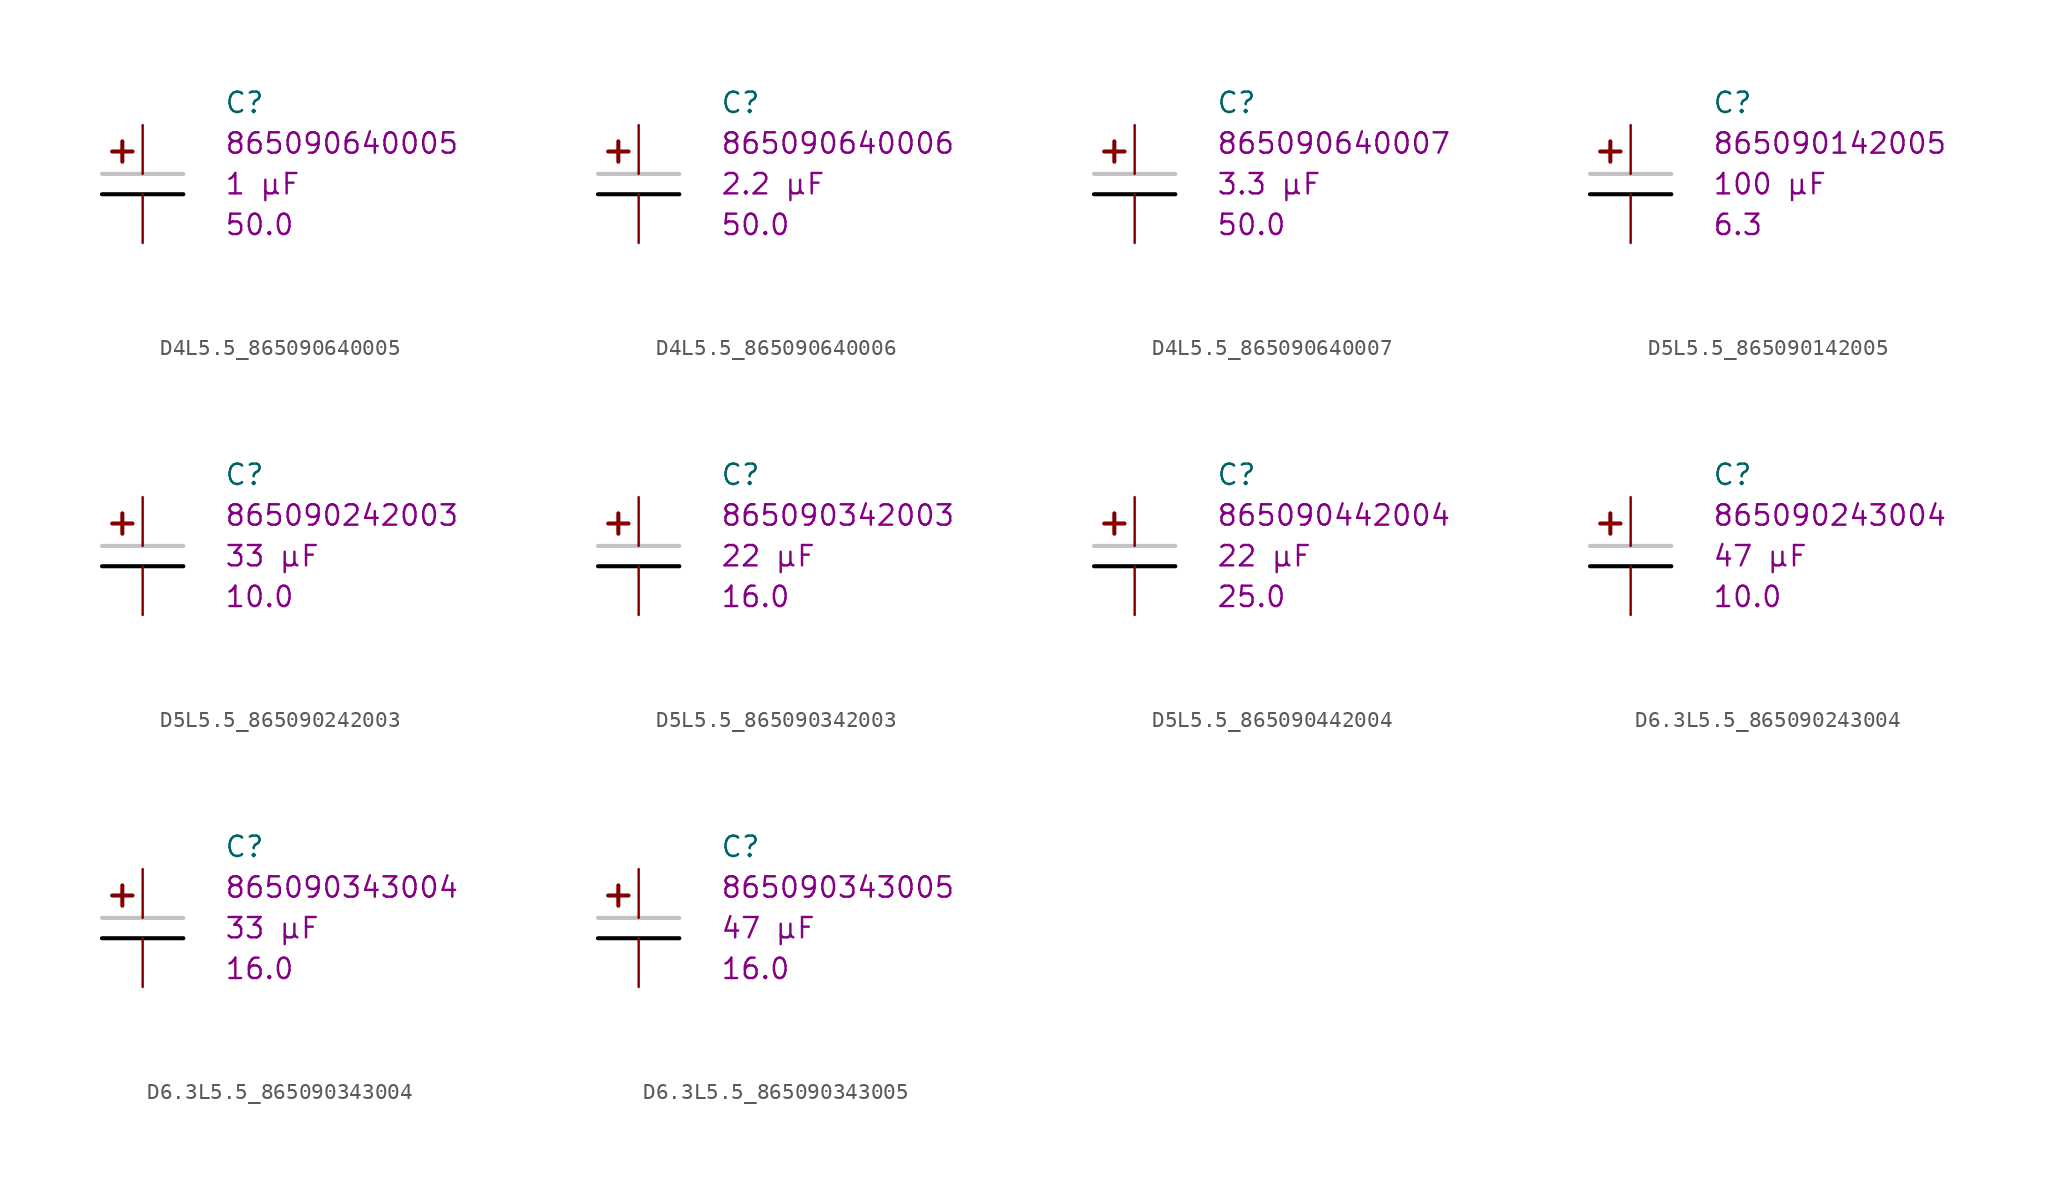
<source format=kicad_sym>
(kicad_symbol_lib
  (version 20220914)
  (generator kicad_symbol_editor)
  (symbol "D4L5.5_865090640005"
    (pin_numbers hide)
    (pin_names hide)
    (property "Reference" "C"
      (at 5.08 5.08 0)
      (effects (font (size 1.27 1.27)) (justify left)))
    (property "Part Number" "865090640005"
      (at 5.08 2.54 0)
      (effects (font (size 1.27 1.27)) (justify left)))
    (property "Capacitance" "1 µF"
      (at 5.08 0 0)
      (effects (font (size 1.27 1.27)) (justify left)))
    (property "Voltage" "50.0"
      (at 5.08 -2.54 0)
      (effects (font (size 1.27 1.27)) (justify left)))
    (property "Critical Parameter" ""
      (at 0 -7.62 0)
      (effects (font (size 1.27 1.27))))
    (symbol "D4L5.5_865090640005_1_1"
      (polyline (pts (xy -1.27 2.667) (xy -1.27 1.397)) (stroke (width 0.254) (type default)) (fill (type none)))
      (polyline (pts (xy -0.635 2.032) (xy -1.905 2.032)) (stroke (width 0.254) (type default)) (fill (type none)))
      (polyline (pts (xy 2.54 -0.635) (xy -2.54 -0.635)) (stroke (width 0.254) (type default) (color 0 0 0 1)) (fill (type none)))
      (polyline (pts (xy 2.54 0.635) (xy -2.54 0.635)) (stroke (width 0.254) (type default) (color 194 194 194 1)) (fill (type none)))
      (pin passive line (at 0 3.679 270) (length 3.044) (name "1" (effects (font (size 1.27 1.27)))) (number "1" (effects (font (size 1.27 1.27)))))
      (pin passive line (at 0 -3.679 90) (length 3.044) (name "2" (effects (font (size 1.27 1.27)))) (number "2" (effects (font (size 1.27 1.27)))))))
  (symbol "D4L5.5_865090640006"
    (pin_numbers hide)
    (pin_names hide)
    (property "Reference" "C"
      (at 5.08 5.08 0)
      (effects (font (size 1.27 1.27)) (justify left)))
    (property "Part Number" "865090640006"
      (at 5.08 2.54 0)
      (effects (font (size 1.27 1.27)) (justify left)))
    (property "Capacitance" "2.2 µF"
      (at 5.08 0 0)
      (effects (font (size 1.27 1.27)) (justify left)))
    (property "Voltage" "50.0"
      (at 5.08 -2.54 0)
      (effects (font (size 1.27 1.27)) (justify left)))
    (property "Critical Parameter" ""
      (at 0 -7.62 0)
      (effects (font (size 1.27 1.27))))
    (symbol "D4L5.5_865090640006_1_1"
      (polyline (pts (xy -1.27 2.667) (xy -1.27 1.397)) (stroke (width 0.254) (type default)) (fill (type none)))
      (polyline (pts (xy -0.635 2.032) (xy -1.905 2.032)) (stroke (width 0.254) (type default)) (fill (type none)))
      (polyline (pts (xy 2.54 -0.635) (xy -2.54 -0.635)) (stroke (width 0.254) (type default) (color 0 0 0 1)) (fill (type none)))
      (polyline (pts (xy 2.54 0.635) (xy -2.54 0.635)) (stroke (width 0.254) (type default) (color 194 194 194 1)) (fill (type none)))
      (pin passive line (at 0 3.679 270) (length 3.044) (name "1" (effects (font (size 1.27 1.27)))) (number "1" (effects (font (size 1.27 1.27)))))
      (pin passive line (at 0 -3.679 90) (length 3.044) (name "2" (effects (font (size 1.27 1.27)))) (number "2" (effects (font (size 1.27 1.27)))))))
  (symbol "D4L5.5_865090640007"
    (pin_numbers hide)
    (pin_names hide)
    (property "Reference" "C"
      (at 5.08 5.08 0)
      (effects (font (size 1.27 1.27)) (justify left)))
    (property "Part Number" "865090640007"
      (at 5.08 2.54 0)
      (effects (font (size 1.27 1.27)) (justify left)))
    (property "Capacitance" "3.3 µF"
      (at 5.08 0 0)
      (effects (font (size 1.27 1.27)) (justify left)))
    (property "Voltage" "50.0"
      (at 5.08 -2.54 0)
      (effects (font (size 1.27 1.27)) (justify left)))
    (property "Critical Parameter" ""
      (at 0 -7.62 0)
      (effects (font (size 1.27 1.27))))
    (symbol "D4L5.5_865090640007_1_1"
      (polyline (pts (xy -1.27 2.667) (xy -1.27 1.397)) (stroke (width 0.254) (type default)) (fill (type none)))
      (polyline (pts (xy -0.635 2.032) (xy -1.905 2.032)) (stroke (width 0.254) (type default)) (fill (type none)))
      (polyline (pts (xy 2.54 -0.635) (xy -2.54 -0.635)) (stroke (width 0.254) (type default) (color 0 0 0 1)) (fill (type none)))
      (polyline (pts (xy 2.54 0.635) (xy -2.54 0.635)) (stroke (width 0.254) (type default) (color 194 194 194 1)) (fill (type none)))
      (pin passive line (at 0 3.679 270) (length 3.044) (name "1" (effects (font (size 1.27 1.27)))) (number "1" (effects (font (size 1.27 1.27)))))
      (pin passive line (at 0 -3.679 90) (length 3.044) (name "2" (effects (font (size 1.27 1.27)))) (number "2" (effects (font (size 1.27 1.27)))))))
  (symbol "D5L5.5_865090142005"
    (pin_numbers hide)
    (pin_names hide)
    (property "Reference" "C"
      (at 5.08 5.08 0)
      (effects (font (size 1.27 1.27)) (justify left)))
    (property "Part Number" "865090142005"
      (at 5.08 2.54 0)
      (effects (font (size 1.27 1.27)) (justify left)))
    (property "Capacitance" "100 µF"
      (at 5.08 0 0)
      (effects (font (size 1.27 1.27)) (justify left)))
    (property "Voltage" "6.3"
      (at 5.08 -2.54 0)
      (effects (font (size 1.27 1.27)) (justify left)))
    (property "Critical Parameter" ""
      (at 0 -7.62 0)
      (effects (font (size 1.27 1.27))))
    (symbol "D5L5.5_865090142005_1_1"
      (polyline (pts (xy -1.27 2.667) (xy -1.27 1.397)) (stroke (width 0.254) (type default)) (fill (type none)))
      (polyline (pts (xy -0.635 2.032) (xy -1.905 2.032)) (stroke (width 0.254) (type default)) (fill (type none)))
      (polyline (pts (xy 2.54 -0.635) (xy -2.54 -0.635)) (stroke (width 0.254) (type default) (color 0 0 0 1)) (fill (type none)))
      (polyline (pts (xy 2.54 0.635) (xy -2.54 0.635)) (stroke (width 0.254) (type default) (color 194 194 194 1)) (fill (type none)))
      (pin passive line (at 0 3.679 270) (length 3.044) (name "1" (effects (font (size 1.27 1.27)))) (number "1" (effects (font (size 1.27 1.27)))))
      (pin passive line (at 0 -3.679 90) (length 3.044) (name "2" (effects (font (size 1.27 1.27)))) (number "2" (effects (font (size 1.27 1.27)))))))
  (symbol "D5L5.5_865090242003"
    (pin_numbers hide)
    (pin_names hide)
    (property "Reference" "C"
      (at 5.08 5.08 0)
      (effects (font (size 1.27 1.27)) (justify left)))
    (property "Part Number" "865090242003"
      (at 5.08 2.54 0)
      (effects (font (size 1.27 1.27)) (justify left)))
    (property "Capacitance" "33 µF"
      (at 5.08 0 0)
      (effects (font (size 1.27 1.27)) (justify left)))
    (property "Voltage" "10.0"
      (at 5.08 -2.54 0)
      (effects (font (size 1.27 1.27)) (justify left)))
    (property "Critical Parameter" ""
      (at 0 -7.62 0)
      (effects (font (size 1.27 1.27))))
    (symbol "D5L5.5_865090242003_1_1"
      (polyline (pts (xy -1.27 2.667) (xy -1.27 1.397)) (stroke (width 0.254) (type default)) (fill (type none)))
      (polyline (pts (xy -0.635 2.032) (xy -1.905 2.032)) (stroke (width 0.254) (type default)) (fill (type none)))
      (polyline (pts (xy 2.54 -0.635) (xy -2.54 -0.635)) (stroke (width 0.254) (type default) (color 0 0 0 1)) (fill (type none)))
      (polyline (pts (xy 2.54 0.635) (xy -2.54 0.635)) (stroke (width 0.254) (type default) (color 194 194 194 1)) (fill (type none)))
      (pin passive line (at 0 3.679 270) (length 3.044) (name "1" (effects (font (size 1.27 1.27)))) (number "1" (effects (font (size 1.27 1.27)))))
      (pin passive line (at 0 -3.679 90) (length 3.044) (name "2" (effects (font (size 1.27 1.27)))) (number "2" (effects (font (size 1.27 1.27)))))))
  (symbol "D5L5.5_865090342003"
    (pin_numbers hide)
    (pin_names hide)
    (property "Reference" "C"
      (at 5.08 5.08 0)
      (effects (font (size 1.27 1.27)) (justify left)))
    (property "Part Number" "865090342003"
      (at 5.08 2.54 0)
      (effects (font (size 1.27 1.27)) (justify left)))
    (property "Capacitance" "22 µF"
      (at 5.08 0 0)
      (effects (font (size 1.27 1.27)) (justify left)))
    (property "Voltage" "16.0"
      (at 5.08 -2.54 0)
      (effects (font (size 1.27 1.27)) (justify left)))
    (property "Critical Parameter" ""
      (at 0 -7.62 0)
      (effects (font (size 1.27 1.27))))
    (symbol "D5L5.5_865090342003_1_1"
      (polyline (pts (xy -1.27 2.667) (xy -1.27 1.397)) (stroke (width 0.254) (type default)) (fill (type none)))
      (polyline (pts (xy -0.635 2.032) (xy -1.905 2.032)) (stroke (width 0.254) (type default)) (fill (type none)))
      (polyline (pts (xy 2.54 -0.635) (xy -2.54 -0.635)) (stroke (width 0.254) (type default) (color 0 0 0 1)) (fill (type none)))
      (polyline (pts (xy 2.54 0.635) (xy -2.54 0.635)) (stroke (width 0.254) (type default) (color 194 194 194 1)) (fill (type none)))
      (pin passive line (at 0 3.679 270) (length 3.044) (name "1" (effects (font (size 1.27 1.27)))) (number "1" (effects (font (size 1.27 1.27)))))
      (pin passive line (at 0 -3.679 90) (length 3.044) (name "2" (effects (font (size 1.27 1.27)))) (number "2" (effects (font (size 1.27 1.27)))))))
  (symbol "D5L5.5_865090442004"
    (pin_numbers hide)
    (pin_names hide)
    (property "Reference" "C"
      (at 5.08 5.08 0)
      (effects (font (size 1.27 1.27)) (justify left)))
    (property "Part Number" "865090442004"
      (at 5.08 2.54 0)
      (effects (font (size 1.27 1.27)) (justify left)))
    (property "Capacitance" "22 µF"
      (at 5.08 0 0)
      (effects (font (size 1.27 1.27)) (justify left)))
    (property "Voltage" "25.0"
      (at 5.08 -2.54 0)
      (effects (font (size 1.27 1.27)) (justify left)))
    (property "Critical Parameter" ""
      (at 0 -7.62 0)
      (effects (font (size 1.27 1.27))))
    (symbol "D5L5.5_865090442004_1_1"
      (polyline (pts (xy -1.27 2.667) (xy -1.27 1.397)) (stroke (width 0.254) (type default)) (fill (type none)))
      (polyline (pts (xy -0.635 2.032) (xy -1.905 2.032)) (stroke (width 0.254) (type default)) (fill (type none)))
      (polyline (pts (xy 2.54 -0.635) (xy -2.54 -0.635)) (stroke (width 0.254) (type default) (color 0 0 0 1)) (fill (type none)))
      (polyline (pts (xy 2.54 0.635) (xy -2.54 0.635)) (stroke (width 0.254) (type default) (color 194 194 194 1)) (fill (type none)))
      (pin passive line (at 0 3.679 270) (length 3.044) (name "1" (effects (font (size 1.27 1.27)))) (number "1" (effects (font (size 1.27 1.27)))))
      (pin passive line (at 0 -3.679 90) (length 3.044) (name "2" (effects (font (size 1.27 1.27)))) (number "2" (effects (font (size 1.27 1.27)))))))
  (symbol "D6.3L5.5_865090243004"
    (pin_numbers hide)
    (pin_names hide)
    (property "Reference" "C"
      (at 5.08 5.08 0)
      (effects (font (size 1.27 1.27)) (justify left)))
    (property "Part Number" "865090243004"
      (at 5.08 2.54 0)
      (effects (font (size 1.27 1.27)) (justify left)))
    (property "Capacitance" "47 µF"
      (at 5.08 0 0)
      (effects (font (size 1.27 1.27)) (justify left)))
    (property "Voltage" "10.0"
      (at 5.08 -2.54 0)
      (effects (font (size 1.27 1.27)) (justify left)))
    (property "Critical Parameter" ""
      (at 0 -7.62 0)
      (effects (font (size 1.27 1.27))))
    (symbol "D6.3L5.5_865090243004_1_1"
      (polyline (pts (xy -1.27 2.667) (xy -1.27 1.397)) (stroke (width 0.254) (type default)) (fill (type none)))
      (polyline (pts (xy -0.635 2.032) (xy -1.905 2.032)) (stroke (width 0.254) (type default)) (fill (type none)))
      (polyline (pts (xy 2.54 -0.635) (xy -2.54 -0.635)) (stroke (width 0.254) (type default) (color 0 0 0 1)) (fill (type none)))
      (polyline (pts (xy 2.54 0.635) (xy -2.54 0.635)) (stroke (width 0.254) (type default) (color 194 194 194 1)) (fill (type none)))
      (pin passive line (at 0 3.679 270) (length 3.044) (name "1" (effects (font (size 1.27 1.27)))) (number "1" (effects (font (size 1.27 1.27)))))
      (pin passive line (at 0 -3.679 90) (length 3.044) (name "2" (effects (font (size 1.27 1.27)))) (number "2" (effects (font (size 1.27 1.27)))))))
  (symbol "D6.3L5.5_865090343004"
    (pin_numbers hide)
    (pin_names hide)
    (property "Reference" "C"
      (at 5.08 5.08 0)
      (effects (font (size 1.27 1.27)) (justify left)))
    (property "Part Number" "865090343004"
      (at 5.08 2.54 0)
      (effects (font (size 1.27 1.27)) (justify left)))
    (property "Capacitance" "33 µF"
      (at 5.08 0 0)
      (effects (font (size 1.27 1.27)) (justify left)))
    (property "Voltage" "16.0"
      (at 5.08 -2.54 0)
      (effects (font (size 1.27 1.27)) (justify left)))
    (property "Critical Parameter" ""
      (at 0 -7.62 0)
      (effects (font (size 1.27 1.27))))
    (symbol "D6.3L5.5_865090343004_1_1"
      (polyline (pts (xy -1.27 2.667) (xy -1.27 1.397)) (stroke (width 0.254) (type default)) (fill (type none)))
      (polyline (pts (xy -0.635 2.032) (xy -1.905 2.032)) (stroke (width 0.254) (type default)) (fill (type none)))
      (polyline (pts (xy 2.54 -0.635) (xy -2.54 -0.635)) (stroke (width 0.254) (type default) (color 0 0 0 1)) (fill (type none)))
      (polyline (pts (xy 2.54 0.635) (xy -2.54 0.635)) (stroke (width 0.254) (type default) (color 194 194 194 1)) (fill (type none)))
      (pin passive line (at 0 3.679 270) (length 3.044) (name "1" (effects (font (size 1.27 1.27)))) (number "1" (effects (font (size 1.27 1.27)))))
      (pin passive line (at 0 -3.679 90) (length 3.044) (name "2" (effects (font (size 1.27 1.27)))) (number "2" (effects (font (size 1.27 1.27)))))))
  (symbol "D6.3L5.5_865090343005"
    (pin_numbers hide)
    (pin_names hide)
    (property "Reference" "C"
      (at 5.08 5.08 0)
      (effects (font (size 1.27 1.27)) (justify left)))
    (property "Part Number" "865090343005"
      (at 5.08 2.54 0)
      (effects (font (size 1.27 1.27)) (justify left)))
    (property "Capacitance" "47 µF"
      (at 5.08 0 0)
      (effects (font (size 1.27 1.27)) (justify left)))
    (property "Voltage" "16.0"
      (at 5.08 -2.54 0)
      (effects (font (size 1.27 1.27)) (justify left)))
    (property "Critical Parameter" ""
      (at 0 -7.62 0)
      (effects (font (size 1.27 1.27))))
    (symbol "D6.3L5.5_865090343005_1_1"
      (polyline (pts (xy -1.27 2.667) (xy -1.27 1.397)) (stroke (width 0.254) (type default)) (fill (type none)))
      (polyline (pts (xy -0.635 2.032) (xy -1.905 2.032)) (stroke (width 0.254) (type default)) (fill (type none)))
      (polyline (pts (xy 2.54 -0.635) (xy -2.54 -0.635)) (stroke (width 0.254) (type default) (color 0 0 0 1)) (fill (type none)))
      (polyline (pts (xy 2.54 0.635) (xy -2.54 0.635)) (stroke (width 0.254) (type default) (color 194 194 194 1)) (fill (type none)))
      (pin passive line (at 0 3.679 270) (length 3.044) (name "1" (effects (font (size 1.27 1.27)))) (number "1" (effects (font (size 1.27 1.27)))))
      (pin passive line (at 0 -3.679 90) (length 3.044) (name "2" (effects (font (size 1.27 1.27)))) (number "2" (effects (font (size 1.27 1.27))))))))
</source>
